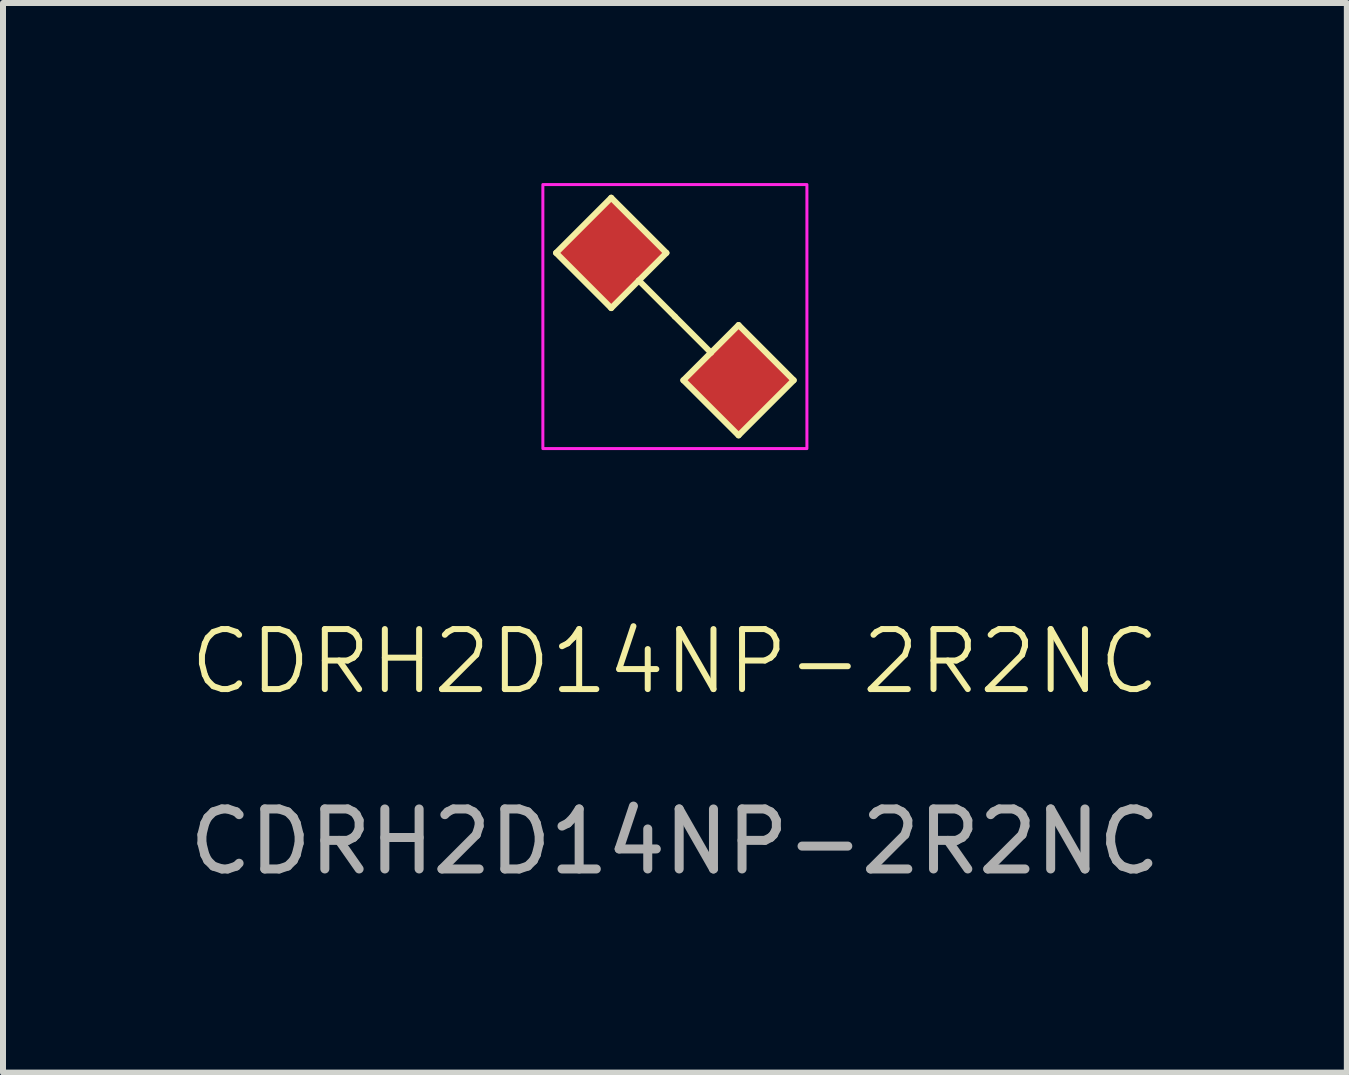
<source format=kicad_pcb>
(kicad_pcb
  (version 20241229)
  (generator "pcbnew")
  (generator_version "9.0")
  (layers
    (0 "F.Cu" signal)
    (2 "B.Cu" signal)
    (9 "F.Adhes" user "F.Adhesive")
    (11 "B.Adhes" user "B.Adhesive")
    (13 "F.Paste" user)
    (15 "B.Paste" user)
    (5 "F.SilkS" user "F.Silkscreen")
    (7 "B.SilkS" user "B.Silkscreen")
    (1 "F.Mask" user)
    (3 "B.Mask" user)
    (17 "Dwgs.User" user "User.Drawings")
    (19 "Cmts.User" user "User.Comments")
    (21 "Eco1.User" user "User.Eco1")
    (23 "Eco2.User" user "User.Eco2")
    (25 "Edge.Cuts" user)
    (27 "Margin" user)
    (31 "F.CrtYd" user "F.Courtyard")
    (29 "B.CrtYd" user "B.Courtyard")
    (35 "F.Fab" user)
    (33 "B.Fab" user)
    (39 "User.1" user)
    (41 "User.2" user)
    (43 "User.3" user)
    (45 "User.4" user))
  (footprint "CDRH2D14NP-2R2NC"
    (layer "F.Cu")
    (at 8.196 2.225)
    (property "Reference" "CDRH2D14NP-2R2NC" (at 0 5.75 0) (unlocked yes) (layer "F.SilkS") (effects (font (size 1 1) (thickness 0.1))))
    (attr smd)
    (fp_line (start -1.98 -1.061) (end -1.061 -0.141) (stroke (width 0.1) (type default)) (layer "F.SilkS"))
    (fp_line (start -1.061 -1.98) (end -1.98 -1.061) (stroke (width 0.1) (type default)) (layer "F.SilkS"))
    (fp_line (start -1.061 -0.141) (end -0.601 -0.601) (stroke (width 0.1) (type default)) (layer "F.SilkS"))
    (fp_line (start -0.601 -0.601) (end -0.141 -1.061) (stroke (width 0.1) (type default)) (layer "F.SilkS"))
    (fp_line (start -0.601 -0.601) (end 0 0) (stroke (width 0.1) (type default)) (layer "F.SilkS"))
    (fp_line (start -0.141 -1.061) (end -1.061 -1.98) (stroke (width 0.1) (type default)) (layer "F.SilkS"))
    (fp_line (start 0 0) (end 0.601 0.601) (stroke (width 0.1) (type default)) (layer "F.SilkS"))
    (fp_line (start 0.141 1.061) (end 1.061 1.98) (stroke (width 0.1) (type default)) (layer "F.SilkS"))
    (fp_line (start 0.141 1.061) (end 0.601 0.601) (stroke (width 0.1) (type default)) (layer "F.SilkS"))
    (fp_line (start 0.601 0.601) (end 1.061 0.141) (stroke (width 0.1) (type default)) (layer "F.SilkS"))
    (fp_line (start 1.061 1.98) (end 1.98 1.061) (stroke (width 0.1) (type default)) (layer "F.SilkS"))
    (fp_line (start 1.98 1.061) (end 1.061 0.141) (stroke (width 0.1) (type default)) (layer "F.SilkS"))
    (fp_rect (start -2.2 -2.2) (end 2.2 2.2) (stroke (width 0.05) (type default)) (fill no) (layer "F.CrtYd"))
    (fp_text user "${REFERENCE}" (at 0 8.75 0) (unlocked yes) (layer "F.Fab") (effects (font (size 1 1) (thickness 0.15))))
    (pad "1" smd custom (at 1.061 1.061 45) (size 1.3 1.3) (layers "F.Cu" "F.Mask" "F.Paste") (options (anchor rect)) (primitives))
    (pad "2" smd custom (at -1.061 -1.061 45) (size 1.3 1.3) (layers "F.Cu" "F.Mask" "F.Paste") (options (anchor rect)) (primitives)))
  (gr_rect
    (start -3 -3)
    (end 19.393 14.823)
    (stroke (width 0.1) (type default))
    (fill no)
    (layer "Edge.Cuts")))
</source>
